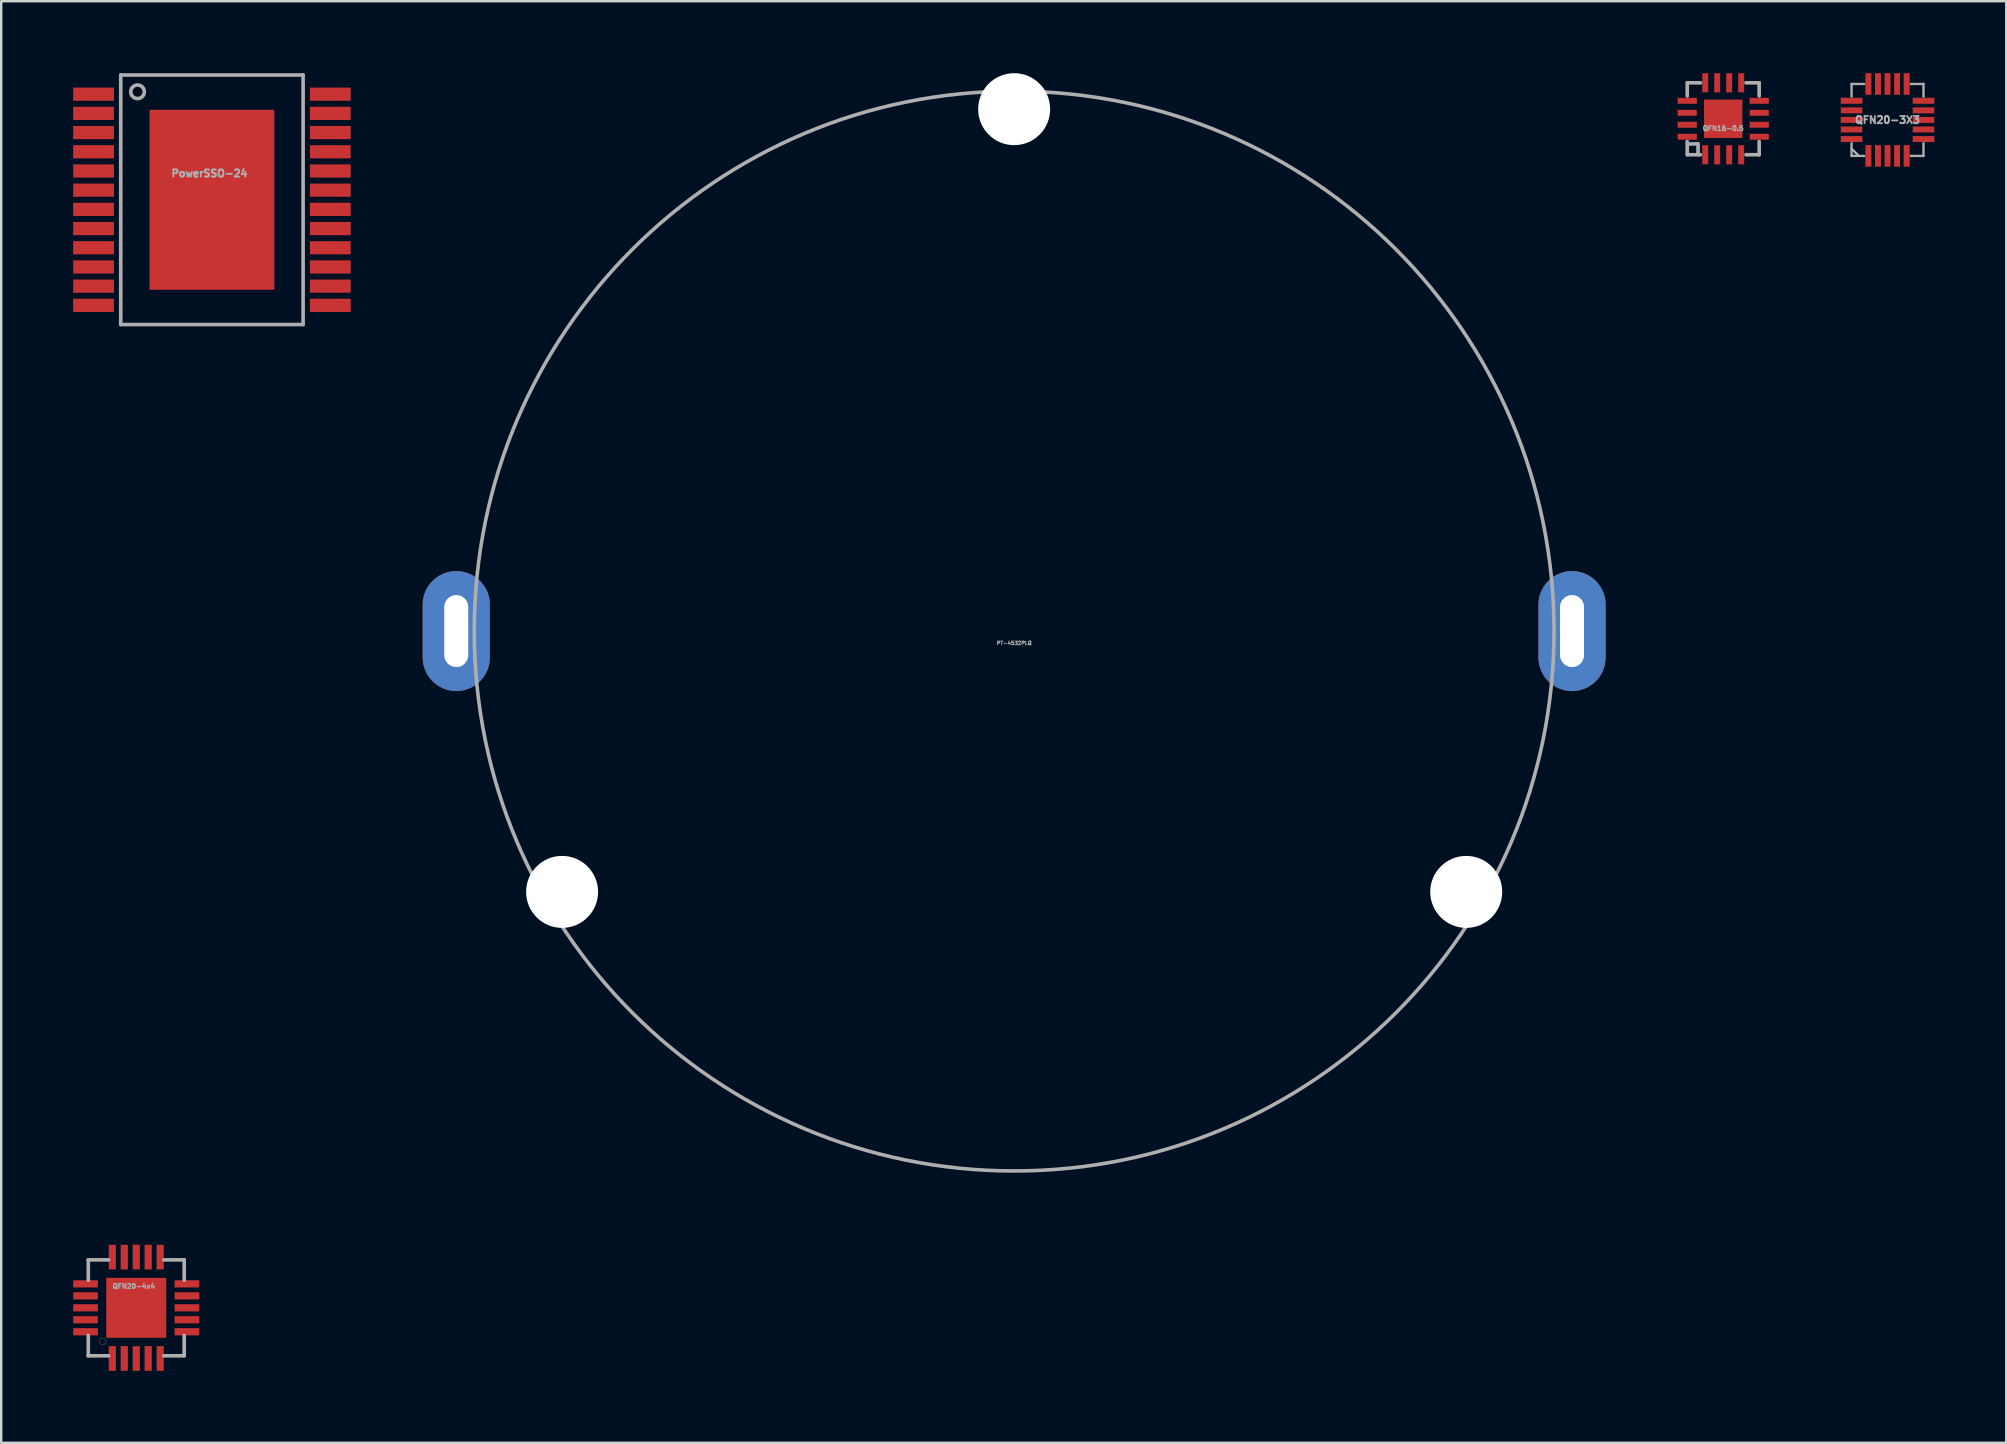
<source format=kicad_pcb>
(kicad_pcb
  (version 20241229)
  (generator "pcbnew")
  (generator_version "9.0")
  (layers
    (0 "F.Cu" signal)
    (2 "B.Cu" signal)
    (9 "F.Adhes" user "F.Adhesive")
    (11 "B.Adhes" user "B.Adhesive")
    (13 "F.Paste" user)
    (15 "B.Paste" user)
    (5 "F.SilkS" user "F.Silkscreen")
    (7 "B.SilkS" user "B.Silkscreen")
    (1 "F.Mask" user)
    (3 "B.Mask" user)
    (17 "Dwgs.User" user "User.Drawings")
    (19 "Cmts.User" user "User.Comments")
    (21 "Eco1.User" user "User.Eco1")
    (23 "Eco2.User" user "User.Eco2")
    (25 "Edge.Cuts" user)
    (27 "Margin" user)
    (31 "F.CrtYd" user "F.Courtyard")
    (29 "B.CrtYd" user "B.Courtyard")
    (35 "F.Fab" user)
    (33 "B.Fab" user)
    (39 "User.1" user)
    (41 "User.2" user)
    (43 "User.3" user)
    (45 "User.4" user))
  (footprint "PT-4532PLQ"
    (layer "F.Cu")
    (at 39.215 23.25)
    (property "Reference" "PT-4532PLQ" (at 0 0.5 0) (layer "F.Fab") (effects (font (size 0.15 0.15) (thickness 0.037))))
    (attr through_hole)
    (fp_circle (center 0 0) (end 22.5 0) (stroke (width 0.15) (type solid)) (fill no) (layer "F.Fab"))
    (pad "" np_thru_hole circle (at -18.84 10.87) (size 3 3) (drill 3) (layers "*.Cu" "*.Mask"))
    (pad "" np_thru_hole circle (at 0 -21.75) (size 3 3) (drill 3) (layers "*.Cu" "*.Mask"))
    (pad "" np_thru_hole circle (at 18.84 10.87) (size 3 3) (drill 3) (layers "*.Cu" "*.Mask"))
    (pad "1" thru_hole oval (at 23.25 0) (size 2.8 5) (drill oval 1 3) (layers "*.Cu" "*.Mask"))
    (pad "2" thru_hole oval (at -23.25 0) (size 2.8 5) (drill oval 1 3) (layers "*.Cu" "*.Mask")))
  (footprint "QFN20-3X3"
    (layer "F.Cu")
    (at 75.613 1.948)
    (property "Reference" "QFN20-3X3" (at 0 0 0) (layer "F.Fab") (effects (font (size 0.3 0.3) (thickness 0.075))))
    (attr through_hole)
    (fp_line (start -1.499 -1.499) (end -1.499 -0.973) (stroke (width 0.099) (type solid)) (layer "F.Fab"))
    (fp_line (start -1.499 -1.499) (end -0.973 -1.499) (stroke (width 0.099) (type solid)) (layer "F.Fab"))
    (fp_line (start -1.499 0.973) (end -1.499 1.499) (stroke (width 0.099) (type solid)) (layer "F.Fab"))
    (fp_line (start -1.499 1.199) (end -1.199 1.499) (stroke (width 0.099) (type solid)) (layer "F.Fab"))
    (fp_line (start -1.499 1.499) (end -0.973 1.499) (stroke (width 0.099) (type solid)) (layer "F.Fab"))
    (fp_line (start 0.973 -1.499) (end 1.499 -1.499) (stroke (width 0.099) (type solid)) (layer "F.Fab"))
    (fp_line (start 0.973 1.499) (end 1.499 1.499) (stroke (width 0.099) (type solid)) (layer "F.Fab"))
    (fp_line (start 1.499 -1.499) (end 1.499 -0.973) (stroke (width 0.099) (type solid)) (layer "F.Fab"))
    (fp_line (start 1.499 0.973) (end 1.499 1.499) (stroke (width 0.099) (type solid)) (layer "F.Fab"))
    (pad "1" smd rect (at -0.798 1.499 180) (size 0.249 0.899) (layers "F.Cu" "F.Mask" "F.Paste"))
    (pad "2" smd rect (at -0.399 1.499 180) (size 0.249 0.899) (layers "F.Cu" "F.Mask" "F.Paste"))
    (pad "3" smd rect (at 0 1.499 180) (size 0.249 0.899) (layers "F.Cu" "F.Mask" "F.Paste"))
    (pad "4" smd rect (at 0.399 1.499 180) (size 0.249 0.899) (layers "F.Cu" "F.Mask" "F.Paste"))
    (pad "5" smd rect (at 0.798 1.499 180) (size 0.249 0.899) (layers "F.Cu" "F.Mask" "F.Paste"))
    (pad "6" smd rect (at 1.499 0.798 270) (size 0.249 0.899) (layers "F.Cu" "F.Mask" "F.Paste"))
    (pad "7" smd rect (at 1.499 0.399 270) (size 0.249 0.899) (layers "F.Cu" "F.Mask" "F.Paste"))
    (pad "8" smd rect (at 1.499 0 270) (size 0.249 0.899) (layers "F.Cu" "F.Mask" "F.Paste"))
    (pad "9" smd rect (at 1.499 -0.399 270) (size 0.249 0.899) (layers "F.Cu" "F.Mask" "F.Paste"))
    (pad "10" smd rect (at 1.499 -0.798 270) (size 0.249 0.899) (layers "F.Cu" "F.Mask" "F.Paste"))
    (pad "11" smd rect (at 0.798 -1.499) (size 0.249 0.899) (layers "F.Cu" "F.Mask" "F.Paste"))
    (pad "12" smd rect (at 0.399 -1.499) (size 0.249 0.899) (layers "F.Cu" "F.Mask" "F.Paste"))
    (pad "13" smd rect (at 0 -1.499) (size 0.249 0.899) (layers "F.Cu" "F.Mask" "F.Paste"))
    (pad "14" smd rect (at -0.399 -1.499) (size 0.249 0.899) (layers "F.Cu" "F.Mask" "F.Paste"))
    (pad "15" smd rect (at -0.798 -1.499) (size 0.249 0.899) (layers "F.Cu" "F.Mask" "F.Paste"))
    (pad "16" smd rect (at -1.499 -0.798 90) (size 0.249 0.899) (layers "F.Cu" "F.Mask" "F.Paste"))
    (pad "17" smd rect (at -1.499 -0.399 90) (size 0.249 0.899) (layers "F.Cu" "F.Mask" "F.Paste"))
    (pad "18" smd rect (at -1.499 0 90) (size 0.249 0.899) (layers "F.Cu" "F.Mask" "F.Paste"))
    (pad "19" smd rect (at -1.499 0.399 90) (size 0.249 0.899) (layers "F.Cu" "F.Mask" "F.Paste"))
    (pad "20" smd rect (at -1.499 0.798 90) (size 0.249 0.899) (layers "F.Cu" "F.Mask" "F.Paste")))
  (footprint "QFN20-4x4"
    (layer "F.Cu")
    (at 2.628 51.453)
    (property "Reference" "QFN20-4x4" (at -0.1 -0.9 0) (layer "F.Fab") (effects (font (size 0.2 0.2) (thickness 0.05))))
    (attr through_hole)
    (fp_line (start -1.999 -1.999) (end -1.999 -1.148) (stroke (width 0.15) (type solid)) (layer "F.Fab"))
    (fp_line (start -1.999 -1.999) (end -1.148 -1.999) (stroke (width 0.15) (type solid)) (layer "F.Fab"))
    (fp_line (start -1.999 1.148) (end -1.999 1.999) (stroke (width 0.15) (type solid)) (layer "F.Fab"))
    (fp_line (start -1.999 1.999) (end -1.999 1.999) (stroke (width 0.15) (type solid)) (layer "F.Fab"))
    (fp_line (start -1.999 1.999) (end -1.148 1.999) (stroke (width 0.15) (type solid)) (layer "F.Fab"))
    (fp_line (start 1.148 -1.999) (end 1.999 -1.999) (stroke (width 0.15) (type solid)) (layer "F.Fab"))
    (fp_line (start 1.148 1.999) (end 1.999 1.999) (stroke (width 0.15) (type solid)) (layer "F.Fab"))
    (fp_line (start 1.999 -1.999) (end 1.999 -1.148) (stroke (width 0.15) (type solid)) (layer "F.Fab"))
    (fp_line (start 1.999 1.148) (end 1.999 1.999) (stroke (width 0.15) (type solid)) (layer "F.Fab"))
    (fp_circle (center -1.4 1.4) (end -1.3 1.5) (stroke (width 0.01) (type solid)) (fill no) (layer "F.Fab"))
    (pad "1" smd rect (at -0.998 2.113 180) (size 0.3 1.029) (layers "F.Cu" "F.Mask" "F.Paste"))
    (pad "2" smd rect (at -0.498 2.113 180) (size 0.3 1.029) (layers "F.Cu" "F.Mask" "F.Paste"))
    (pad "3" smd rect (at 0 2.113 180) (size 0.3 1.029) (layers "F.Cu" "F.Mask" "F.Paste"))
    (pad "4" smd rect (at 0.498 2.113 180) (size 0.3 1.029) (layers "F.Cu" "F.Mask" "F.Paste"))
    (pad "5" smd rect (at 0.998 2.113 180) (size 0.3 1.029) (layers "F.Cu" "F.Mask" "F.Paste"))
    (pad "6" smd rect (at 2.113 0.998 270) (size 0.3 1.029) (layers "F.Cu" "F.Mask" "F.Paste"))
    (pad "7" smd rect (at 2.113 0.498 270) (size 0.3 1.029) (layers "F.Cu" "F.Mask" "F.Paste"))
    (pad "8" smd rect (at 2.113 0 270) (size 0.3 1.029) (layers "F.Cu" "F.Mask" "F.Paste"))
    (pad "9" smd rect (at 2.113 -0.498 270) (size 0.3 1.029) (layers "F.Cu" "F.Mask" "F.Paste"))
    (pad "10" smd rect (at 2.113 -0.998 270) (size 0.3 1.029) (layers "F.Cu" "F.Mask" "F.Paste"))
    (pad "11" smd rect (at 0.998 -2.113) (size 0.3 1.029) (layers "F.Cu" "F.Mask" "F.Paste"))
    (pad "12" smd rect (at 0.498 -2.113) (size 0.3 1.029) (layers "F.Cu" "F.Mask" "F.Paste"))
    (pad "13" smd rect (at 0 -2.113) (size 0.3 1.029) (layers "F.Cu" "F.Mask" "F.Paste"))
    (pad "14" smd rect (at -0.498 -2.113) (size 0.3 1.029) (layers "F.Cu" "F.Mask" "F.Paste"))
    (pad "15" smd rect (at -0.998 -2.113) (size 0.3 1.029) (layers "F.Cu" "F.Mask" "F.Paste"))
    (pad "16" smd rect (at -2.113 -0.998 90) (size 0.3 1.029) (layers "F.Cu" "F.Mask" "F.Paste"))
    (pad "17" smd rect (at -2.113 -0.498 90) (size 0.3 1.029) (layers "F.Cu" "F.Mask" "F.Paste"))
    (pad "18" smd rect (at -2.113 0 90) (size 0.3 1.029) (layers "F.Cu" "F.Mask" "F.Paste"))
    (pad "19" smd rect (at -2.113 0.498 90) (size 0.3 1.029) (layers "F.Cu" "F.Mask" "F.Paste"))
    (pad "20" smd rect (at -2.113 0.998 90) (size 0.3 1.029) (layers "F.Cu" "F.Mask" "F.Paste"))
    (pad "EP" smd rect (at 0 0) (size 2.499 2.499) (layers "F.Cu" "F.Mask" "F.Paste")))
  (footprint "PowerSSO-24"
    (layer "F.Cu")
    (at 5.782 5.275)
    (property "Reference" "PowerSSO-24" (at -0.1 -1.1 0) (layer "F.Fab") (effects (font (size 0.3 0.3) (thickness 0.075))))
    (attr through_hole)
    (fp_line (start -3.8 -5.2) (end 3.8 -5.2) (stroke (width 0.15) (type solid)) (layer "F.Fab"))
    (fp_line (start -3.8 5.2) (end -3.8 -5.2) (stroke (width 0.15) (type solid)) (layer "F.Fab"))
    (fp_line (start 3.8 -5.2) (end 3.8 5.2) (stroke (width 0.15) (type solid)) (layer "F.Fab"))
    (fp_line (start 3.8 5.2) (end -3.8 5.2) (stroke (width 0.15) (type solid)) (layer "F.Fab"))
    (fp_circle (center -3.1 -4.5) (end -2.817 -4.5) (stroke (width 0.15) (type solid)) (fill no) (layer "F.Fab"))
    (pad "1" smd rect (at -4.933 -4.4) (size 1.7 0.55) (layers "F.Cu" "F.Mask" "F.Paste"))
    (pad "2" smd rect (at -4.933 -3.6) (size 1.7 0.55) (layers "F.Cu" "F.Mask" "F.Paste"))
    (pad "3" smd rect (at -4.933 -2.8) (size 1.7 0.55) (layers "F.Cu" "F.Mask" "F.Paste"))
    (pad "4" smd rect (at -4.933 -2) (size 1.7 0.55) (layers "F.Cu" "F.Mask" "F.Paste"))
    (pad "5" smd rect (at -4.933 -1.2) (size 1.7 0.55) (layers "F.Cu" "F.Mask" "F.Paste"))
    (pad "6" smd rect (at -4.933 -0.4) (size 1.7 0.55) (layers "F.Cu" "F.Mask" "F.Paste"))
    (pad "7" smd rect (at -4.933 0.4) (size 1.7 0.55) (layers "F.Cu" "F.Mask" "F.Paste"))
    (pad "8" smd rect (at -4.933 1.2) (size 1.7 0.55) (layers "F.Cu" "F.Mask" "F.Paste"))
    (pad "9" smd rect (at -4.933 2) (size 1.7 0.55) (layers "F.Cu" "F.Mask" "F.Paste"))
    (pad "10" smd rect (at -4.933 2.8) (size 1.7 0.55) (layers "F.Cu" "F.Mask" "F.Paste"))
    (pad "11" smd rect (at -4.933 3.6) (size 1.7 0.55) (layers "F.Cu" "F.Mask" "F.Paste"))
    (pad "12" smd rect (at -4.933 4.4) (size 1.7 0.55) (layers "F.Cu" "F.Mask" "F.Paste"))
    (pad "13" smd rect (at 4.933 4.4) (size 1.7 0.55) (layers "F.Cu" "F.Mask" "F.Paste"))
    (pad "14" smd rect (at 4.933 3.6) (size 1.7 0.55) (layers "F.Cu" "F.Mask" "F.Paste"))
    (pad "15" smd rect (at 4.933 2.8) (size 1.7 0.55) (layers "F.Cu" "F.Mask" "F.Paste"))
    (pad "16" smd rect (at 4.933 2) (size 1.7 0.55) (layers "F.Cu" "F.Mask" "F.Paste"))
    (pad "17" smd rect (at 4.933 1.2) (size 1.7 0.55) (layers "F.Cu" "F.Mask" "F.Paste"))
    (pad "18" smd rect (at 4.933 0.4) (size 1.7 0.55) (layers "F.Cu" "F.Mask" "F.Paste"))
    (pad "19" smd rect (at 4.933 -0.4) (size 1.7 0.55) (layers "F.Cu" "F.Mask" "F.Paste"))
    (pad "20" smd rect (at 4.933 -1.2) (size 1.7 0.55) (layers "F.Cu" "F.Mask" "F.Paste"))
    (pad "21" smd rect (at 4.933 -2) (size 1.7 0.55) (layers "F.Cu" "F.Mask" "F.Paste"))
    (pad "22" smd rect (at 4.933 -2.8) (size 1.7 0.55) (layers "F.Cu" "F.Mask" "F.Paste"))
    (pad "23" smd rect (at 4.933 -3.6) (size 1.7 0.55) (layers "F.Cu" "F.Mask" "F.Paste"))
    (pad "24" smd rect (at 4.933 -4.4) (size 1.7 0.55) (layers "F.Cu" "F.Mask" "F.Paste"))
    (pad "EXP" smd rect (at 0 0) (size 5.2 7.5) (layers "F.Cu" "F.Mask" "F.Paste")))
  (footprint "QFN16-0.5"
    (layer "F.Cu")
    (at 68.765 1.9)
    (property "Reference" "QFN16-0.5" (at 0 0.4 0) (layer "F.Fab") (effects (font (size 0.2 0.2) (thickness 0.05))))
    (attr through_hole)
    (fp_line (start -1.499 -1.499) (end -1.499 -0.95) (stroke (width 0.15) (type solid)) (layer "F.Fab"))
    (fp_line (start -1.499 -1.499) (end -0.95 -1.499) (stroke (width 0.15) (type solid)) (layer "F.Fab"))
    (fp_line (start -1.499 0.95) (end -1.499 1.499) (stroke (width 0.15) (type solid)) (layer "F.Fab"))
    (fp_line (start -1.499 1.049) (end -1.049 1.049) (stroke (width 0.15) (type solid)) (layer "F.Fab"))
    (fp_line (start -1.499 1.499) (end -0.95 1.499) (stroke (width 0.15) (type solid)) (layer "F.Fab"))
    (fp_line (start -1.049 1.049) (end -1.049 1.499) (stroke (width 0.15) (type solid)) (layer "F.Fab"))
    (fp_line (start 0.95 -1.499) (end 1.499 -1.499) (stroke (width 0.15) (type solid)) (layer "F.Fab"))
    (fp_line (start 0.95 1.499) (end 1.499 1.499) (stroke (width 0.15) (type solid)) (layer "F.Fab"))
    (fp_line (start 1.499 -1.499) (end 1.499 -0.95) (stroke (width 0.15) (type solid)) (layer "F.Fab"))
    (fp_line (start 1.499 0.95) (end 1.499 1.499) (stroke (width 0.15) (type solid)) (layer "F.Fab"))
    (pad "1" smd rect (at -0.749 1.5 180) (size 0.249 0.8) (layers "F.Cu" "F.Mask" "F.Paste"))
    (pad "2" smd rect (at -0.249 1.5 180) (size 0.249 0.8) (layers "F.Cu" "F.Mask" "F.Paste"))
    (pad "3" smd rect (at 0.249 1.5 180) (size 0.249 0.8) (layers "F.Cu" "F.Mask" "F.Paste"))
    (pad "4" smd rect (at 0.749 1.5 180) (size 0.249 0.8) (layers "F.Cu" "F.Mask" "F.Paste"))
    (pad "5" smd rect (at 1.5 0.749 270) (size 0.249 0.8) (layers "F.Cu" "F.Mask" "F.Paste"))
    (pad "6" smd rect (at 1.5 0.249 270) (size 0.249 0.8) (layers "F.Cu" "F.Mask" "F.Paste"))
    (pad "7" smd rect (at 1.5 -0.249 270) (size 0.249 0.8) (layers "F.Cu" "F.Mask" "F.Paste"))
    (pad "8" smd rect (at 1.5 -0.749 270) (size 0.249 0.8) (layers "F.Cu" "F.Mask" "F.Paste"))
    (pad "9" smd rect (at 0.749 -1.5) (size 0.249 0.8) (layers "F.Cu" "F.Mask" "F.Paste"))
    (pad "10" smd rect (at 0.249 -1.5) (size 0.249 0.8) (layers "F.Cu" "F.Mask" "F.Paste"))
    (pad "11" smd rect (at -0.249 -1.5) (size 0.249 0.8) (layers "F.Cu" "F.Mask" "F.Paste"))
    (pad "12" smd rect (at -0.749 -1.5) (size 0.249 0.8) (layers "F.Cu" "F.Mask" "F.Paste"))
    (pad "13" smd rect (at -1.5 -0.749 90) (size 0.249 0.8) (layers "F.Cu" "F.Mask" "F.Paste"))
    (pad "14" smd rect (at -1.5 -0.249 90) (size 0.249 0.8) (layers "F.Cu" "F.Mask" "F.Paste"))
    (pad "15" smd rect (at -1.5 0.249 90) (size 0.249 0.8) (layers "F.Cu" "F.Mask" "F.Paste"))
    (pad "16" smd rect (at -1.5 0.749 90) (size 0.249 0.8) (layers "F.Cu" "F.Mask" "F.Paste"))
    (pad "EP" smd rect (at 0 0) (size 1.6 1.6) (layers "F.Cu" "F.Mask" "F.Paste")))
  (gr_rect
    (start -3 -3)
    (end 80.561 57.08)
    (stroke (width 0.1) (type default))
    (fill no)
    (layer "Edge.Cuts")))
</source>
